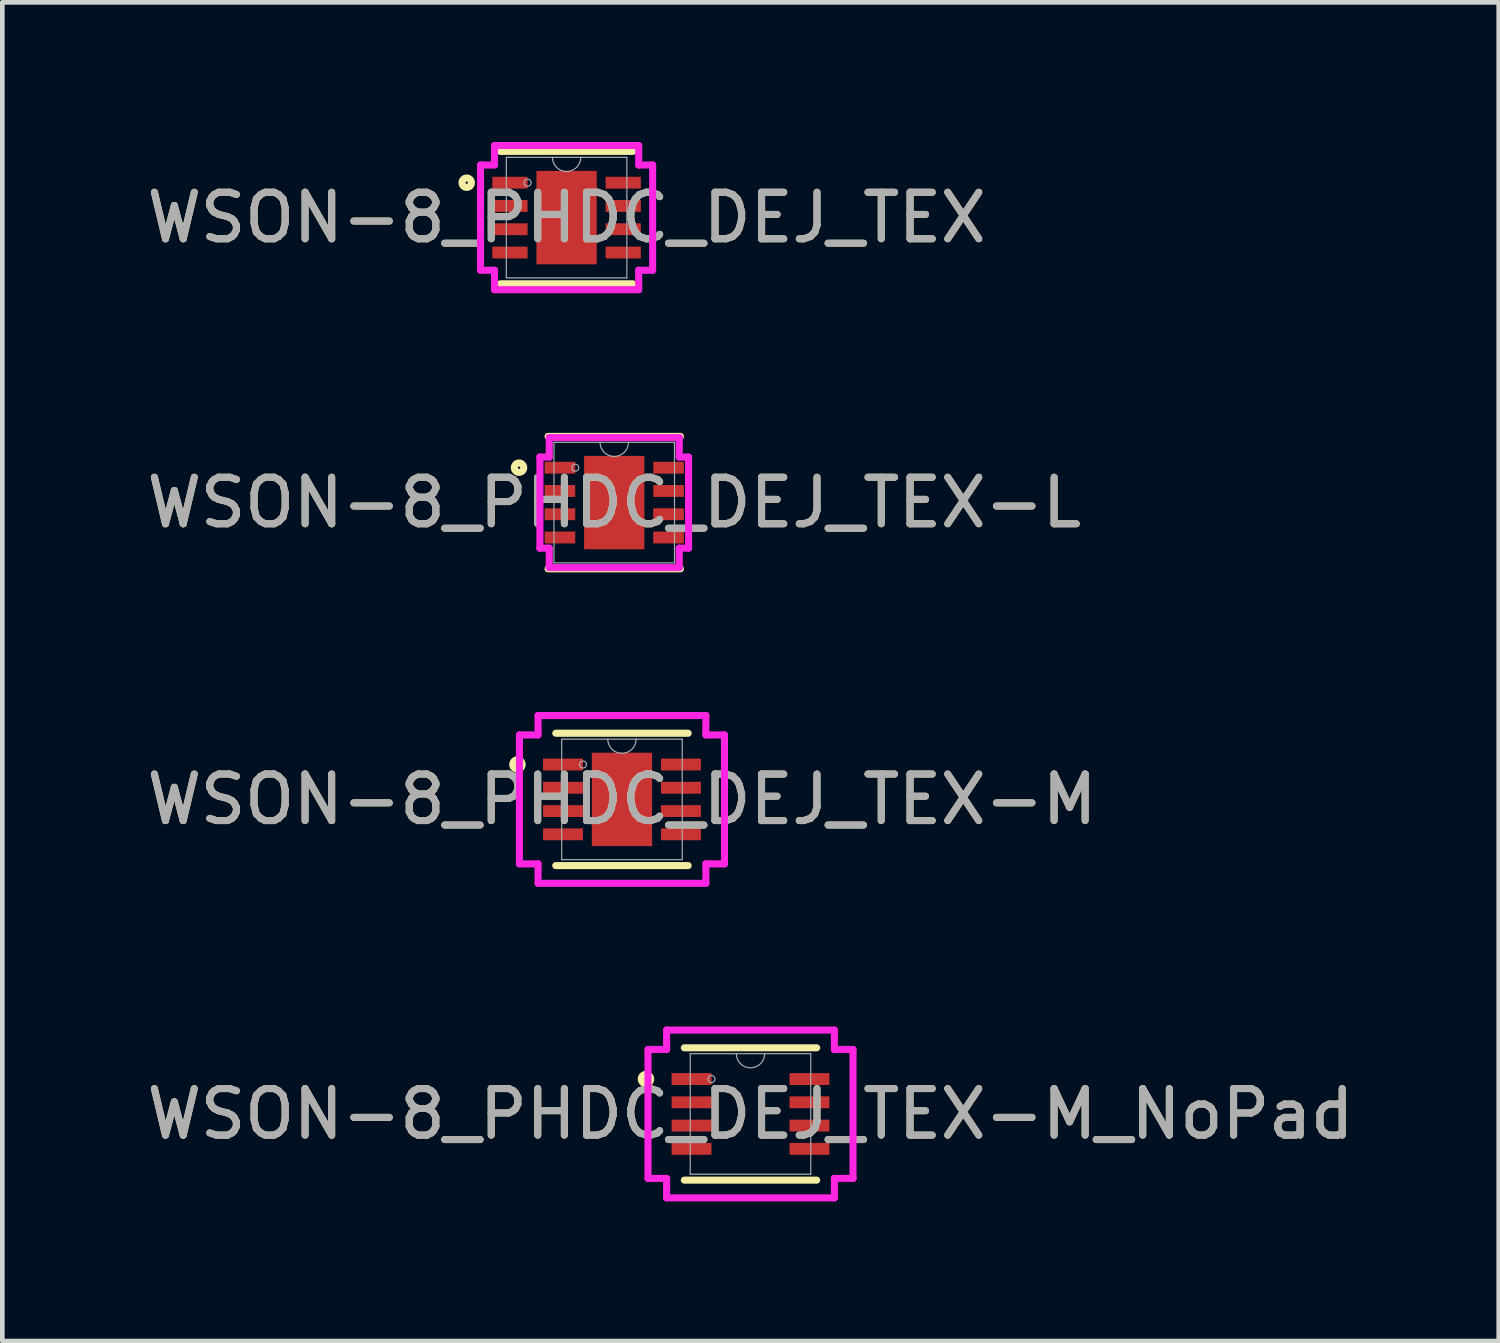
<source format=kicad_pcb>
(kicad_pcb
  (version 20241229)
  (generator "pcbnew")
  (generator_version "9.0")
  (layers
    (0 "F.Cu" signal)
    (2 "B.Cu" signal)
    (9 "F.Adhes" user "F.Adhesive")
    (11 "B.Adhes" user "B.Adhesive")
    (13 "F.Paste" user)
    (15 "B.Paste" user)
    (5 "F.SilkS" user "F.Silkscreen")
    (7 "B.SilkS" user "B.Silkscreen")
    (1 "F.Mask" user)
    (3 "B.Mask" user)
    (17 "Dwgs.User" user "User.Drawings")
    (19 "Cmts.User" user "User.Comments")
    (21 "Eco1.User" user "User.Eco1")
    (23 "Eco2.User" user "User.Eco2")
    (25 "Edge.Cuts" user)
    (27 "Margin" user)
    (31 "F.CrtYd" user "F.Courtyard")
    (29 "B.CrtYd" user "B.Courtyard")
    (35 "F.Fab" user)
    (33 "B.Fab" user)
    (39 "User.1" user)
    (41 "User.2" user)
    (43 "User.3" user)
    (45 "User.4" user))
  (footprint "WSON-8_PHDC_DEJ_TEX-M"
    (layer "F.Cu")
    (at 10.315 14.128)
    (property "Reference" "WSON-8_PHDC_DEJ_TEX-M" (at 0 0 0) (unlocked yes) (layer "F.SilkS") (effects (font (size 1 1) (thickness 0.15))))
    (attr smd)
    (fp_line (start -1.422 1.422) (end 1.422 1.422) (stroke (width 0.152) (type solid)) (layer "F.SilkS"))
    (fp_line (start 1.422 -1.422) (end -1.422 -1.422) (stroke (width 0.152) (type solid)) (layer "F.SilkS"))
    (fp_circle (center -2.246 -0.75) (end -2.145 -0.75) (stroke (width 0.152) (type solid)) (fill no) (layer "F.SilkS"))
    (fp_line (start -2.203 -1.385) (end -1.803 -1.385) (stroke (width 0.152) (type solid)) (layer "F.CrtYd"))
    (fp_line (start -2.203 1.385) (end -2.203 -1.385) (stroke (width 0.152) (type solid)) (layer "F.CrtYd"))
    (fp_line (start -2.203 1.385) (end -1.803 1.385) (stroke (width 0.152) (type solid)) (layer "F.CrtYd"))
    (fp_line (start -1.803 -1.803) (end 1.803 -1.803) (stroke (width 0.152) (type solid)) (layer "F.CrtYd"))
    (fp_line (start -1.803 -1.385) (end -1.803 -1.803) (stroke (width 0.152) (type solid)) (layer "F.CrtYd"))
    (fp_line (start -1.803 1.803) (end -1.803 1.385) (stroke (width 0.152) (type solid)) (layer "F.CrtYd"))
    (fp_line (start 1.803 -1.803) (end 1.803 -1.385) (stroke (width 0.152) (type solid)) (layer "F.CrtYd"))
    (fp_line (start 1.803 1.385) (end 1.803 1.803) (stroke (width 0.152) (type solid)) (layer "F.CrtYd"))
    (fp_line (start 1.803 1.803) (end -1.803 1.803) (stroke (width 0.152) (type solid)) (layer "F.CrtYd"))
    (fp_line (start 2.203 -1.385) (end 1.803 -1.385) (stroke (width 0.152) (type solid)) (layer "F.CrtYd"))
    (fp_line (start 2.203 -1.385) (end 2.203 1.385) (stroke (width 0.152) (type solid)) (layer "F.CrtYd"))
    (fp_line (start 2.203 1.385) (end 1.803 1.385) (stroke (width 0.152) (type solid)) (layer "F.CrtYd"))
    (fp_line (start -1.295 -1.295) (end -1.295 1.295) (stroke (width 0.025) (type solid)) (layer "F.Fab"))
    (fp_line (start -1.295 1.295) (end 1.295 1.295) (stroke (width 0.025) (type solid)) (layer "F.Fab"))
    (fp_line (start 1.295 -1.295) (end -1.295 -1.295) (stroke (width 0.025) (type solid)) (layer "F.Fab"))
    (fp_line (start 1.295 1.295) (end 1.295 -1.295) (stroke (width 0.025) (type solid)) (layer "F.Fab"))
    (fp_arc (start 0.3048 -1.2954) (mid 0 -0.9906) (end -0.3048 -1.2954) (stroke (width 0.0254) (type solid)) (layer "F.Fab"))
    (fp_circle (center -0.838 -0.75) (end -0.762 -0.75) (stroke (width 0.025) (type solid)) (fill no) (layer "F.Fab"))
    (fp_text user "${REFERENCE}" (at 0 0 0) (unlocked yes) (layer "F.Fab") (effects (font (size 1 1) (thickness 0.15))))
    (pad "1" smd rect (at -1.267 -0.75) (size 0.857 0.255) (layers "F.Cu" "F.Mask" "F.Paste"))
    (pad "2" smd rect (at -1.267 -0.25) (size 0.857 0.255) (layers "F.Cu" "F.Mask" "F.Paste"))
    (pad "3" smd rect (at -1.267 0.25) (size 0.857 0.255) (layers "F.Cu" "F.Mask" "F.Paste"))
    (pad "4" smd rect (at -1.267 0.75) (size 0.857 0.255) (layers "F.Cu" "F.Mask" "F.Paste"))
    (pad "5" smd rect (at 1.267 0.75) (size 0.857 0.255) (layers "F.Cu" "F.Mask" "F.Paste"))
    (pad "6" smd rect (at 1.267 0.25) (size 0.857 0.255) (layers "F.Cu" "F.Mask" "F.Paste"))
    (pad "7" smd rect (at 1.267 -0.25) (size 0.857 0.255) (layers "F.Cu" "F.Mask" "F.Paste"))
    (pad "8" smd rect (at 1.267 -0.75) (size 0.857 0.255) (layers "F.Cu" "F.Mask" "F.Paste"))
    (pad "9" smd rect (at 0 0) (size 1.295 2.007) (layers "F.Cu" "F.Mask" "F.Paste")))
  (footprint "WSON-8_PHDC_DEJ_TEX-M_NoPad"
    (layer "F.Cu")
    (at 13.077 20.887)
    (property "Reference" "WSON-8_PHDC_DEJ_TEX-M_NoPad" (at 0 0 0) (unlocked yes) (layer "F.SilkS") (effects (font (size 1 1) (thickness 0.15))))
    (attr smd)
    (fp_line (start -1.422 1.422) (end 1.422 1.422) (stroke (width 0.152) (type solid)) (layer "F.SilkS"))
    (fp_line (start 1.422 -1.422) (end -1.422 -1.422) (stroke (width 0.152) (type solid)) (layer "F.SilkS"))
    (fp_circle (center -2.246 -0.75) (end -2.145 -0.75) (stroke (width 0.152) (type solid)) (fill no) (layer "F.SilkS"))
    (fp_line (start -2.203 -1.385) (end -1.803 -1.385) (stroke (width 0.152) (type solid)) (layer "F.CrtYd"))
    (fp_line (start -2.203 1.385) (end -2.203 -1.385) (stroke (width 0.152) (type solid)) (layer "F.CrtYd"))
    (fp_line (start -2.203 1.385) (end -1.803 1.385) (stroke (width 0.152) (type solid)) (layer "F.CrtYd"))
    (fp_line (start -1.803 -1.803) (end 1.803 -1.803) (stroke (width 0.152) (type solid)) (layer "F.CrtYd"))
    (fp_line (start -1.803 -1.385) (end -1.803 -1.803) (stroke (width 0.152) (type solid)) (layer "F.CrtYd"))
    (fp_line (start -1.803 1.803) (end -1.803 1.385) (stroke (width 0.152) (type solid)) (layer "F.CrtYd"))
    (fp_line (start 1.803 -1.803) (end 1.803 -1.385) (stroke (width 0.152) (type solid)) (layer "F.CrtYd"))
    (fp_line (start 1.803 1.385) (end 1.803 1.803) (stroke (width 0.152) (type solid)) (layer "F.CrtYd"))
    (fp_line (start 1.803 1.803) (end -1.803 1.803) (stroke (width 0.152) (type solid)) (layer "F.CrtYd"))
    (fp_line (start 2.203 -1.385) (end 1.803 -1.385) (stroke (width 0.152) (type solid)) (layer "F.CrtYd"))
    (fp_line (start 2.203 -1.385) (end 2.203 1.385) (stroke (width 0.152) (type solid)) (layer "F.CrtYd"))
    (fp_line (start 2.203 1.385) (end 1.803 1.385) (stroke (width 0.152) (type solid)) (layer "F.CrtYd"))
    (fp_line (start -1.295 -1.295) (end -1.295 1.295) (stroke (width 0.025) (type solid)) (layer "F.Fab"))
    (fp_line (start -1.295 1.295) (end 1.295 1.295) (stroke (width 0.025) (type solid)) (layer "F.Fab"))
    (fp_line (start 1.295 -1.295) (end -1.295 -1.295) (stroke (width 0.025) (type solid)) (layer "F.Fab"))
    (fp_line (start 1.295 1.295) (end 1.295 -1.295) (stroke (width 0.025) (type solid)) (layer "F.Fab"))
    (fp_arc (start 0.3048 -1.2954) (mid 0 -0.9906) (end -0.3048 -1.2954) (stroke (width 0.0254) (type solid)) (layer "F.Fab"))
    (fp_circle (center -0.838 -0.75) (end -0.762 -0.75) (stroke (width 0.025) (type solid)) (fill no) (layer "F.Fab"))
    (fp_text user "${REFERENCE}" (at 0 0 0) (unlocked yes) (layer "F.Fab") (effects (font (size 1 1) (thickness 0.15))))
    (pad "1" smd rect (at -1.267 -0.75) (size 0.857 0.255) (layers "F.Cu" "F.Mask" "F.Paste"))
    (pad "2" smd rect (at -1.267 -0.25) (size 0.857 0.255) (layers "F.Cu" "F.Mask" "F.Paste"))
    (pad "3" smd rect (at -1.267 0.25) (size 0.857 0.255) (layers "F.Cu" "F.Mask" "F.Paste"))
    (pad "4" smd rect (at -1.267 0.75) (size 0.857 0.255) (layers "F.Cu" "F.Mask" "F.Paste"))
    (pad "5" smd rect (at 1.267 0.75) (size 0.857 0.255) (layers "F.Cu" "F.Mask" "F.Paste"))
    (pad "6" smd rect (at 1.267 0.25) (size 0.857 0.255) (layers "F.Cu" "F.Mask" "F.Paste"))
    (pad "7" smd rect (at 1.267 -0.25) (size 0.857 0.255) (layers "F.Cu" "F.Mask" "F.Paste"))
    (pad "8" smd rect (at 1.267 -0.75) (size 0.857 0.255) (layers "F.Cu" "F.Mask" "F.Paste")))
  (footprint "WSON-8_PHDC_DEJ_TEX-L"
    (layer "F.Cu")
    (at 10.149 7.75)
    (property "Reference" "WSON-8_PHDC_DEJ_TEX-L" (at 0 0 0) (unlocked yes) (layer "F.SilkS") (effects (font (size 1 1) (thickness 0.15))))
    (attr smd)
    (fp_line (start -1.422 1.422) (end 1.422 1.422) (stroke (width 0.152) (type solid)) (layer "F.SilkS"))
    (fp_line (start 1.422 -1.422) (end -1.422 -1.422) (stroke (width 0.152) (type solid)) (layer "F.SilkS"))
    (fp_circle (center -2.046 -0.75) (end -1.945 -0.75) (stroke (width 0.152) (type solid)) (fill no) (layer "F.SilkS"))
    (fp_line (start -1.597 -0.979) (end -1.397 -0.979) (stroke (width 0.152) (type solid)) (layer "F.CrtYd"))
    (fp_line (start -1.597 0.979) (end -1.597 -0.979) (stroke (width 0.152) (type solid)) (layer "F.CrtYd"))
    (fp_line (start -1.597 0.979) (end -1.397 0.979) (stroke (width 0.152) (type solid)) (layer "F.CrtYd"))
    (fp_line (start -1.397 -1.397) (end 1.397 -1.397) (stroke (width 0.152) (type solid)) (layer "F.CrtYd"))
    (fp_line (start -1.397 -0.979) (end -1.397 -1.397) (stroke (width 0.152) (type solid)) (layer "F.CrtYd"))
    (fp_line (start -1.397 1.397) (end -1.397 0.979) (stroke (width 0.152) (type solid)) (layer "F.CrtYd"))
    (fp_line (start 1.397 -1.397) (end 1.397 -0.979) (stroke (width 0.152) (type solid)) (layer "F.CrtYd"))
    (fp_line (start 1.397 0.979) (end 1.397 1.397) (stroke (width 0.152) (type solid)) (layer "F.CrtYd"))
    (fp_line (start 1.397 1.397) (end -1.397 1.397) (stroke (width 0.152) (type solid)) (layer "F.CrtYd"))
    (fp_line (start 1.597 -0.979) (end 1.397 -0.979) (stroke (width 0.152) (type solid)) (layer "F.CrtYd"))
    (fp_line (start 1.597 -0.979) (end 1.597 0.979) (stroke (width 0.152) (type solid)) (layer "F.CrtYd"))
    (fp_line (start 1.597 0.979) (end 1.397 0.979) (stroke (width 0.152) (type solid)) (layer "F.CrtYd"))
    (fp_line (start -1.295 -1.295) (end -1.295 1.295) (stroke (width 0.025) (type solid)) (layer "F.Fab"))
    (fp_line (start -1.295 1.295) (end 1.295 1.295) (stroke (width 0.025) (type solid)) (layer "F.Fab"))
    (fp_line (start 1.295 -1.295) (end -1.295 -1.295) (stroke (width 0.025) (type solid)) (layer "F.Fab"))
    (fp_line (start 1.295 1.295) (end 1.295 -1.295) (stroke (width 0.025) (type solid)) (layer "F.Fab"))
    (fp_arc (start 0.3048 -1.2954) (mid 0 -0.9906) (end -0.3048 -1.2954) (stroke (width 0.0254) (type solid)) (layer "F.Fab"))
    (fp_circle (center -0.838 -0.75) (end -0.762 -0.75) (stroke (width 0.025) (type solid)) (fill no) (layer "F.Fab"))
    (fp_text user "${REFERENCE}" (at 0 0 0) (unlocked yes) (layer "F.Fab") (effects (font (size 1 1) (thickness 0.15))))
    (pad "1" smd rect (at -1.167 -0.75) (size 0.657 0.255) (layers "F.Cu" "F.Mask" "F.Paste"))
    (pad "2" smd rect (at -1.167 -0.25) (size 0.657 0.255) (layers "F.Cu" "F.Mask" "F.Paste"))
    (pad "3" smd rect (at -1.167 0.25) (size 0.657 0.255) (layers "F.Cu" "F.Mask" "F.Paste"))
    (pad "4" smd rect (at -1.167 0.75) (size 0.657 0.255) (layers "F.Cu" "F.Mask" "F.Paste"))
    (pad "5" smd rect (at 1.167 0.75) (size 0.657 0.255) (layers "F.Cu" "F.Mask" "F.Paste"))
    (pad "6" smd rect (at 1.167 0.25) (size 0.657 0.255) (layers "F.Cu" "F.Mask" "F.Paste"))
    (pad "7" smd rect (at 1.167 -0.25) (size 0.657 0.255) (layers "F.Cu" "F.Mask" "F.Paste"))
    (pad "8" smd rect (at 1.167 -0.75) (size 0.657 0.255) (layers "F.Cu" "F.Mask" "F.Paste"))
    (pad "9" smd rect (at 0 0) (size 1.295 2.007) (layers "F.Cu" "F.Mask" "F.Paste")))
  (footprint "WSON-8_PHDC_DEJ_TEX"
    (layer "F.Cu")
    (at 9.125 1.626)
    (property "Reference" "WSON-8_PHDC_DEJ_TEX" (at 0 0 0) (unlocked yes) (layer "F.SilkS") (effects (font (size 1 1) (thickness 0.15))))
    (attr smd)
    (fp_line (start -1.422 1.422) (end 1.422 1.422) (stroke (width 0.152) (type solid)) (layer "F.SilkS"))
    (fp_line (start 1.422 -1.422) (end -1.422 -1.422) (stroke (width 0.152) (type solid)) (layer "F.SilkS"))
    (fp_circle (center -2.146 -0.75) (end -2.045 -0.75) (stroke (width 0.152) (type solid)) (fill no) (layer "F.SilkS"))
    (fp_line (start -1.849 -1.131) (end -1.549 -1.131) (stroke (width 0.152) (type solid)) (layer "F.CrtYd"))
    (fp_line (start -1.849 1.131) (end -1.849 -1.131) (stroke (width 0.152) (type solid)) (layer "F.CrtYd"))
    (fp_line (start -1.849 1.131) (end -1.549 1.131) (stroke (width 0.152) (type solid)) (layer "F.CrtYd"))
    (fp_line (start -1.549 -1.549) (end 1.549 -1.549) (stroke (width 0.152) (type solid)) (layer "F.CrtYd"))
    (fp_line (start -1.549 -1.131) (end -1.549 -1.549) (stroke (width 0.152) (type solid)) (layer "F.CrtYd"))
    (fp_line (start -1.549 1.549) (end -1.549 1.131) (stroke (width 0.152) (type solid)) (layer "F.CrtYd"))
    (fp_line (start 1.549 -1.549) (end 1.549 -1.131) (stroke (width 0.152) (type solid)) (layer "F.CrtYd"))
    (fp_line (start 1.549 1.131) (end 1.549 1.549) (stroke (width 0.152) (type solid)) (layer "F.CrtYd"))
    (fp_line (start 1.549 1.549) (end -1.549 1.549) (stroke (width 0.152) (type solid)) (layer "F.CrtYd"))
    (fp_line (start 1.849 -1.131) (end 1.549 -1.131) (stroke (width 0.152) (type solid)) (layer "F.CrtYd"))
    (fp_line (start 1.849 -1.131) (end 1.849 1.131) (stroke (width 0.152) (type solid)) (layer "F.CrtYd"))
    (fp_line (start 1.849 1.131) (end 1.549 1.131) (stroke (width 0.152) (type solid)) (layer "F.CrtYd"))
    (fp_line (start -1.295 -1.295) (end -1.295 1.295) (stroke (width 0.025) (type solid)) (layer "F.Fab"))
    (fp_line (start -1.295 1.295) (end 1.295 1.295) (stroke (width 0.025) (type solid)) (layer "F.Fab"))
    (fp_line (start 1.295 -1.295) (end -1.295 -1.295) (stroke (width 0.025) (type solid)) (layer "F.Fab"))
    (fp_line (start 1.295 1.295) (end 1.295 -1.295) (stroke (width 0.025) (type solid)) (layer "F.Fab"))
    (fp_arc (start 0.3048 -1.2954) (mid 0 -0.9906) (end -0.3048 -1.2954) (stroke (width 0.0254) (type solid)) (layer "F.Fab"))
    (fp_circle (center -0.838 -0.75) (end -0.762 -0.75) (stroke (width 0.025) (type solid)) (fill no) (layer "F.Fab"))
    (fp_text user "${REFERENCE}" (at 0 0 0) (unlocked yes) (layer "F.Fab") (effects (font (size 1 1) (thickness 0.15))))
    (pad "1" smd rect (at -1.217 -0.75) (size 0.757 0.255) (layers "F.Cu" "F.Mask" "F.Paste"))
    (pad "2" smd rect (at -1.217 -0.25) (size 0.757 0.255) (layers "F.Cu" "F.Mask" "F.Paste"))
    (pad "3" smd rect (at -1.217 0.25) (size 0.757 0.255) (layers "F.Cu" "F.Mask" "F.Paste"))
    (pad "4" smd rect (at -1.217 0.75) (size 0.757 0.255) (layers "F.Cu" "F.Mask" "F.Paste"))
    (pad "5" smd rect (at 1.217 0.75) (size 0.757 0.255) (layers "F.Cu" "F.Mask" "F.Paste"))
    (pad "6" smd rect (at 1.217 0.25) (size 0.757 0.255) (layers "F.Cu" "F.Mask" "F.Paste"))
    (pad "7" smd rect (at 1.217 -0.25) (size 0.757 0.255) (layers "F.Cu" "F.Mask" "F.Paste"))
    (pad "8" smd rect (at 1.217 -0.75) (size 0.757 0.255) (layers "F.Cu" "F.Mask" "F.Paste"))
    (pad "9" smd rect (at 0 0) (size 1.295 2.007) (layers "F.Cu" "F.Mask" "F.Paste")))
  (gr_rect
    (start -3 -3)
    (end 29.155 25.767)
    (stroke (width 0.1) (type default))
    (fill no)
    (layer "Edge.Cuts")))
</source>
